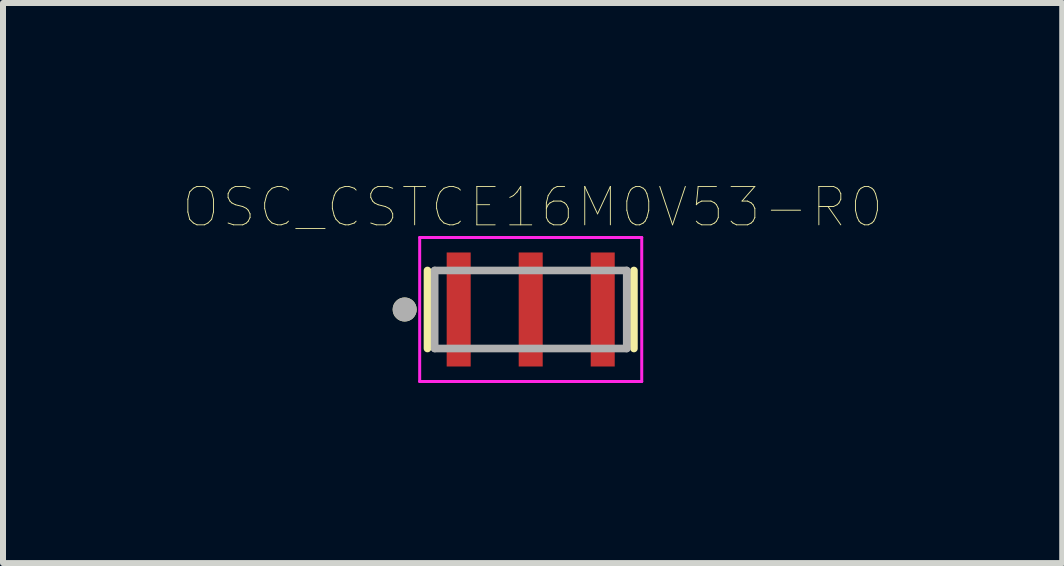
<source format=kicad_pcb>
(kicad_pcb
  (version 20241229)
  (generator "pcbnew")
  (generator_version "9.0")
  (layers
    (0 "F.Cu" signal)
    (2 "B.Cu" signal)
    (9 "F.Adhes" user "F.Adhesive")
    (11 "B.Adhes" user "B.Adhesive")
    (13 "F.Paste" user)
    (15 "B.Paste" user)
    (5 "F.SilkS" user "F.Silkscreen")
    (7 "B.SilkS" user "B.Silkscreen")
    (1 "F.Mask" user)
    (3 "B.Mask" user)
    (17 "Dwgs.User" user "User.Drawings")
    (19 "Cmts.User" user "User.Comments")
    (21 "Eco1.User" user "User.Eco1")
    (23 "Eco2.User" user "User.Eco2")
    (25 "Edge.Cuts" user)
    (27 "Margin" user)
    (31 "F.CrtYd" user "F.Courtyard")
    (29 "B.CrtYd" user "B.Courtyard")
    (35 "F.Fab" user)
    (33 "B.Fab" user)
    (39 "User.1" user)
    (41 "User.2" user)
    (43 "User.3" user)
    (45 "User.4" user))
  (footprint "OSC_CSTCE16M0V53-R0"
    (layer "F.Cu")
    (at 5.793 2.107)
    (property "Reference" "OSC_CSTCE16M0V53-R0" (at 0.032 -1.706 0) (layer "F.SilkS") (effects (font (size 0.64 0.64) (thickness 0.015))))
    (attr through_hole)
    (fp_line (start -1.72 0.65) (end -1.72 -0.65) (stroke (width 0.127) (type solid)) (layer "F.SilkS"))
    (fp_line (start 1.72 0.65) (end 1.72 -0.65) (stroke (width 0.127) (type solid)) (layer "F.SilkS"))
    (fp_circle (center -2.1 0) (end -2 0) (stroke (width 0.2) (type solid)) (fill no) (layer "F.SilkS"))
    (fp_line (start -1.85 -1.2) (end 1.85 -1.2) (stroke (width 0.05) (type solid)) (layer "F.CrtYd"))
    (fp_line (start -1.85 1.2) (end -1.85 -1.2) (stroke (width 0.05) (type solid)) (layer "F.CrtYd"))
    (fp_line (start 1.85 -1.2) (end 1.85 1.2) (stroke (width 0.05) (type solid)) (layer "F.CrtYd"))
    (fp_line (start 1.85 1.2) (end -1.85 1.2) (stroke (width 0.05) (type solid)) (layer "F.CrtYd"))
    (fp_line (start -1.6 -0.65) (end 1.6 -0.65) (stroke (width 0.127) (type solid)) (layer "F.Fab"))
    (fp_line (start -1.6 0.65) (end -1.6 -0.65) (stroke (width 0.127) (type solid)) (layer "F.Fab"))
    (fp_line (start 1.6 -0.65) (end 1.6 0.65) (stroke (width 0.127) (type solid)) (layer "F.Fab"))
    (fp_line (start 1.6 0.65) (end -1.6 0.65) (stroke (width 0.127) (type solid)) (layer "F.Fab"))
    (fp_circle (center -2.1 0) (end -2 0) (stroke (width 0.2) (type solid)) (fill no) (layer "F.Fab"))
    (pad "1" smd rect (at -1.2 0) (size 0.4 1.9) (layers "F.Cu" "F.Mask" "F.Paste"))
    (pad "2" smd rect (at 0 0) (size 0.4 1.9) (layers "F.Cu" "F.Mask" "F.Paste"))
    (pad "3" smd rect (at 1.2 0) (size 0.4 1.9) (layers "F.Cu" "F.Mask" "F.Paste")))
  (gr_rect
    (start -3 -3)
    (end 14.65 6.332)
    (stroke (width 0.1) (type default))
    (fill no)
    (layer "Edge.Cuts")))
</source>
